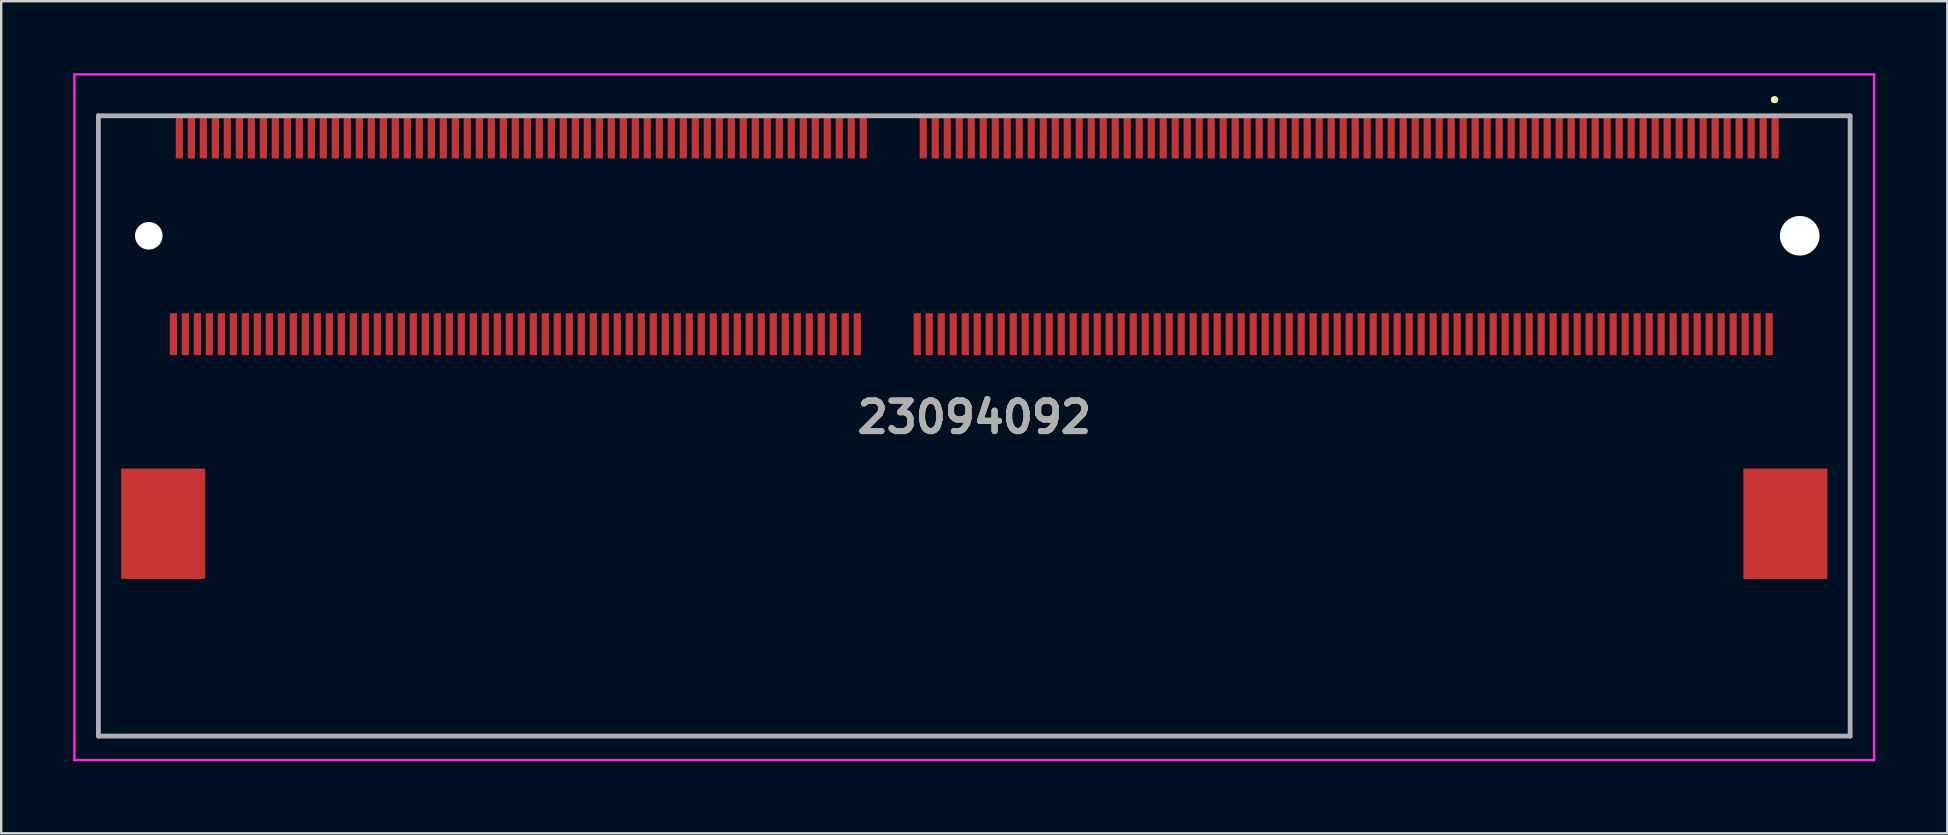
<source format=kicad_pcb>
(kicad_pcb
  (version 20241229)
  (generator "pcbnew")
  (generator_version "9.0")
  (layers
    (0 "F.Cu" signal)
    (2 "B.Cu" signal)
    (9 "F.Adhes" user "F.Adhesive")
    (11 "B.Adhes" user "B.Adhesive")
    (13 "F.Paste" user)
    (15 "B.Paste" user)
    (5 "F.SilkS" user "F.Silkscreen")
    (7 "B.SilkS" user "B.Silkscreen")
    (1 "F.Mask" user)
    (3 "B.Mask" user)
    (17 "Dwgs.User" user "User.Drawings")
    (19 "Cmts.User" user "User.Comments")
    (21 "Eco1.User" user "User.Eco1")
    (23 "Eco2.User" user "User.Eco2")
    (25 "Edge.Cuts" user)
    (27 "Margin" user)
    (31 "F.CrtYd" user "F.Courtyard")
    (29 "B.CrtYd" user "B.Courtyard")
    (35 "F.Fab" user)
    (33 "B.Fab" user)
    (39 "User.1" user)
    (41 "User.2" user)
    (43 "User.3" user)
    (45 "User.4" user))
  (footprint "23094092"
    (layer "F.Cu")
    (at 37.55 14.7)
    (property "Reference" "23094092" (at 0 -0.362 0) (layer "F.SilkS") (effects (font (size 1.27 1.27) (thickness 0.254))))
    (attr through_hole)
    (fp_line (start -36.5 -12.925) (end -36.5 -12.925) (stroke (width 0.1) (type solid)) (layer "F.SilkS"))
    (fp_line (start -36.5 -12.925) (end -36.5 12.925) (stroke (width 0.1) (type solid)) (layer "F.SilkS"))
    (fp_line (start -36.5 12.925) (end -36.5 -12.925) (stroke (width 0.1) (type solid)) (layer "F.SilkS"))
    (fp_line (start -36.5 12.925) (end -36.5 12.925) (stroke (width 0.1) (type solid)) (layer "F.SilkS"))
    (fp_line (start -36.5 12.925) (end -36.5 12.925) (stroke (width 0.1) (type solid)) (layer "F.SilkS"))
    (fp_line (start -36.5 12.925) (end 36.5 12.925) (stroke (width 0.1) (type solid)) (layer "F.SilkS"))
    (fp_line (start 33.3 -13.6) (end 33.3 -13.6) (stroke (width 0.2) (type solid)) (layer "F.SilkS"))
    (fp_line (start 33.3 -13.6) (end 33.3 -13.6) (stroke (width 0.2) (type solid)) (layer "F.SilkS"))
    (fp_line (start 33.4 -13.6) (end 33.4 -13.6) (stroke (width 0.2) (type solid)) (layer "F.SilkS"))
    (fp_line (start 34.75 -12.925) (end 34.75 -12.925) (stroke (width 0.1) (type solid)) (layer "F.SilkS"))
    (fp_line (start 34.75 -12.925) (end 36.5 -12.925) (stroke (width 0.1) (type solid)) (layer "F.SilkS"))
    (fp_line (start 36.5 -12.925) (end 34.75 -12.925) (stroke (width 0.1) (type solid)) (layer "F.SilkS"))
    (fp_line (start 36.5 -12.925) (end 36.5 -12.925) (stroke (width 0.1) (type solid)) (layer "F.SilkS"))
    (fp_line (start 36.5 -12.925) (end 36.5 -12.925) (stroke (width 0.1) (type solid)) (layer "F.SilkS"))
    (fp_line (start 36.5 -12.925) (end 36.5 12.925) (stroke (width 0.1) (type solid)) (layer "F.SilkS"))
    (fp_line (start 36.5 12.925) (end -36.5 12.925) (stroke (width 0.1) (type solid)) (layer "F.SilkS"))
    (fp_line (start 36.5 12.925) (end 36.5 -12.925) (stroke (width 0.1) (type solid)) (layer "F.SilkS"))
    (fp_line (start 36.5 12.925) (end 36.5 12.925) (stroke (width 0.1) (type solid)) (layer "F.SilkS"))
    (fp_line (start 36.5 12.925) (end 36.5 12.925) (stroke (width 0.1) (type solid)) (layer "F.SilkS"))
    (fp_arc (start 33.3 -13.6) (mid 33.35 -13.65) (end 33.4 -13.6) (stroke (width 0.2) (type solid)) (layer "F.SilkS"))
    (fp_arc (start 33.4 -13.6) (mid 33.35 -13.55) (end 33.3 -13.6) (stroke (width 0.2) (type solid)) (layer "F.SilkS"))
    (fp_arc (start 33.4 -13.6) (mid 33.35 -13.55) (end 33.3 -13.6) (stroke (width 0.2) (type solid)) (layer "F.SilkS"))
    (fp_line (start -37.5 -14.65) (end 37.5 -14.65) (stroke (width 0.1) (type solid)) (layer "F.CrtYd"))
    (fp_line (start -37.5 13.925) (end -37.5 -14.65) (stroke (width 0.1) (type solid)) (layer "F.CrtYd"))
    (fp_line (start 37.5 -14.65) (end 37.5 13.925) (stroke (width 0.1) (type solid)) (layer "F.CrtYd"))
    (fp_line (start 37.5 13.925) (end -37.5 13.925) (stroke (width 0.1) (type solid)) (layer "F.CrtYd"))
    (fp_line (start -36.5 -12.925) (end -36.5 12.925) (stroke (width 0.2) (type solid)) (layer "F.Fab"))
    (fp_line (start -36.5 12.925) (end 36.5 12.925) (stroke (width 0.2) (type solid)) (layer "F.Fab"))
    (fp_line (start 36.5 -12.925) (end -36.5 -12.925) (stroke (width 0.2) (type solid)) (layer "F.Fab"))
    (fp_line (start 36.5 12.925) (end 36.5 -12.925) (stroke (width 0.2) (type solid)) (layer "F.Fab"))
    (fp_text user "${REFERENCE}" (at 0 -0.362 0) (layer "F.Fab") (effects (font (size 1.27 1.27) (thickness 0.254))))
    (pad "" np_thru_hole circle (at -34.4 -7.925) (size 1.15 1.15) (drill 1.15) (layers "*.Cu" "*.Mask"))
    (pad "" np_thru_hole circle (at 34.4 -7.925) (size 1.65 1.65) (drill 1.65) (layers "*.Cu" "*.Mask"))
    (pad "1" smd rect (at 33.375 -12.025) (size 0.3 1.75) (layers "F.Cu" "F.Mask" "F.Paste"))
    (pad "2" smd rect (at 33.125 -3.825) (size 0.3 1.75) (layers "F.Cu" "F.Mask" "F.Paste"))
    (pad "3" smd rect (at 32.875 -12.025) (size 0.3 1.75) (layers "F.Cu" "F.Mask" "F.Paste"))
    (pad "4" smd rect (at 32.625 -3.825) (size 0.3 1.75) (layers "F.Cu" "F.Mask" "F.Paste"))
    (pad "5" smd rect (at 32.375 -12.025) (size 0.3 1.75) (layers "F.Cu" "F.Mask" "F.Paste"))
    (pad "6" smd rect (at 32.125 -3.825) (size 0.3 1.75) (layers "F.Cu" "F.Mask" "F.Paste"))
    (pad "7" smd rect (at 31.875 -12.025) (size 0.3 1.75) (layers "F.Cu" "F.Mask" "F.Paste"))
    (pad "8" smd rect (at 31.625 -3.825) (size 0.3 1.75) (layers "F.Cu" "F.Mask" "F.Paste"))
    (pad "9" smd rect (at 31.375 -12.025) (size 0.3 1.75) (layers "F.Cu" "F.Mask" "F.Paste"))
    (pad "10" smd rect (at 31.125 -3.825) (size 0.3 1.75) (layers "F.Cu" "F.Mask" "F.Paste"))
    (pad "11" smd rect (at 30.875 -12.025) (size 0.3 1.75) (layers "F.Cu" "F.Mask" "F.Paste"))
    (pad "12" smd rect (at 30.625 -3.825) (size 0.3 1.75) (layers "F.Cu" "F.Mask" "F.Paste"))
    (pad "13" smd rect (at 30.375 -12.025) (size 0.3 1.75) (layers "F.Cu" "F.Mask" "F.Paste"))
    (pad "14" smd rect (at 30.125 -3.825) (size 0.3 1.75) (layers "F.Cu" "F.Mask" "F.Paste"))
    (pad "15" smd rect (at 29.875 -12.025) (size 0.3 1.75) (layers "F.Cu" "F.Mask" "F.Paste"))
    (pad "16" smd rect (at 29.625 -3.825) (size 0.3 1.75) (layers "F.Cu" "F.Mask" "F.Paste"))
    (pad "17" smd rect (at 29.375 -12.025) (size 0.3 1.75) (layers "F.Cu" "F.Mask" "F.Paste"))
    (pad "18" smd rect (at 29.125 -3.825) (size 0.3 1.75) (layers "F.Cu" "F.Mask" "F.Paste"))
    (pad "19" smd rect (at 28.875 -12.025) (size 0.3 1.75) (layers "F.Cu" "F.Mask" "F.Paste"))
    (pad "20" smd rect (at 28.625 -3.825) (size 0.3 1.75) (layers "F.Cu" "F.Mask" "F.Paste"))
    (pad "21" smd rect (at 28.375 -12.025) (size 0.3 1.75) (layers "F.Cu" "F.Mask" "F.Paste"))
    (pad "22" smd rect (at 28.125 -3.825) (size 0.3 1.75) (layers "F.Cu" "F.Mask" "F.Paste"))
    (pad "23" smd rect (at 27.875 -12.025) (size 0.3 1.75) (layers "F.Cu" "F.Mask" "F.Paste"))
    (pad "24" smd rect (at 27.625 -3.825) (size 0.3 1.75) (layers "F.Cu" "F.Mask" "F.Paste"))
    (pad "25" smd rect (at 27.375 -12.025) (size 0.3 1.75) (layers "F.Cu" "F.Mask" "F.Paste"))
    (pad "26" smd rect (at 27.125 -3.825) (size 0.3 1.75) (layers "F.Cu" "F.Mask" "F.Paste"))
    (pad "27" smd rect (at 26.875 -12.025) (size 0.3 1.75) (layers "F.Cu" "F.Mask" "F.Paste"))
    (pad "28" smd rect (at 26.625 -3.825) (size 0.3 1.75) (layers "F.Cu" "F.Mask" "F.Paste"))
    (pad "29" smd rect (at 26.375 -12.025) (size 0.3 1.75) (layers "F.Cu" "F.Mask" "F.Paste"))
    (pad "30" smd rect (at 26.125 -3.825) (size 0.3 1.75) (layers "F.Cu" "F.Mask" "F.Paste"))
    (pad "31" smd rect (at 25.875 -12.025) (size 0.3 1.75) (layers "F.Cu" "F.Mask" "F.Paste"))
    (pad "32" smd rect (at 25.625 -3.825) (size 0.3 1.75) (layers "F.Cu" "F.Mask" "F.Paste"))
    (pad "33" smd rect (at 25.375 -12.025) (size 0.3 1.75) (layers "F.Cu" "F.Mask" "F.Paste"))
    (pad "34" smd rect (at 25.125 -3.825) (size 0.3 1.75) (layers "F.Cu" "F.Mask" "F.Paste"))
    (pad "35" smd rect (at 24.875 -12.025) (size 0.3 1.75) (layers "F.Cu" "F.Mask" "F.Paste"))
    (pad "36" smd rect (at 24.625 -3.825) (size 0.3 1.75) (layers "F.Cu" "F.Mask" "F.Paste"))
    (pad "37" smd rect (at 24.375 -12.025) (size 0.3 1.75) (layers "F.Cu" "F.Mask" "F.Paste"))
    (pad "38" smd rect (at 24.125 -3.825) (size 0.3 1.75) (layers "F.Cu" "F.Mask" "F.Paste"))
    (pad "39" smd rect (at 23.875 -12.025) (size 0.3 1.75) (layers "F.Cu" "F.Mask" "F.Paste"))
    (pad "40" smd rect (at 23.625 -3.825) (size 0.3 1.75) (layers "F.Cu" "F.Mask" "F.Paste"))
    (pad "41" smd rect (at 23.375 -12.025) (size 0.3 1.75) (layers "F.Cu" "F.Mask" "F.Paste"))
    (pad "42" smd rect (at 23.125 -3.825) (size 0.3 1.75) (layers "F.Cu" "F.Mask" "F.Paste"))
    (pad "43" smd rect (at 22.875 -12.025) (size 0.3 1.75) (layers "F.Cu" "F.Mask" "F.Paste"))
    (pad "44" smd rect (at 22.625 -3.825) (size 0.3 1.75) (layers "F.Cu" "F.Mask" "F.Paste"))
    (pad "45" smd rect (at 22.375 -12.025) (size 0.3 1.75) (layers "F.Cu" "F.Mask" "F.Paste"))
    (pad "46" smd rect (at 22.125 -3.825) (size 0.3 1.75) (layers "F.Cu" "F.Mask" "F.Paste"))
    (pad "47" smd rect (at 21.875 -12.025) (size 0.3 1.75) (layers "F.Cu" "F.Mask" "F.Paste"))
    (pad "48" smd rect (at 21.625 -3.825) (size 0.3 1.75) (layers "F.Cu" "F.Mask" "F.Paste"))
    (pad "49" smd rect (at 21.375 -12.025) (size 0.3 1.75) (layers "F.Cu" "F.Mask" "F.Paste"))
    (pad "50" smd rect (at 21.125 -3.825) (size 0.3 1.75) (layers "F.Cu" "F.Mask" "F.Paste"))
    (pad "51" smd rect (at 20.875 -12.025) (size 0.3 1.75) (layers "F.Cu" "F.Mask" "F.Paste"))
    (pad "52" smd rect (at 20.625 -3.825) (size 0.3 1.75) (layers "F.Cu" "F.Mask" "F.Paste"))
    (pad "53" smd rect (at 20.375 -12.025) (size 0.3 1.75) (layers "F.Cu" "F.Mask" "F.Paste"))
    (pad "54" smd rect (at 20.125 -3.825) (size 0.3 1.75) (layers "F.Cu" "F.Mask" "F.Paste"))
    (pad "55" smd rect (at 19.875 -12.025) (size 0.3 1.75) (layers "F.Cu" "F.Mask" "F.Paste"))
    (pad "56" smd rect (at 19.625 -3.825) (size 0.3 1.75) (layers "F.Cu" "F.Mask" "F.Paste"))
    (pad "57" smd rect (at 19.375 -12.025) (size 0.3 1.75) (layers "F.Cu" "F.Mask" "F.Paste"))
    (pad "58" smd rect (at 19.125 -3.825) (size 0.3 1.75) (layers "F.Cu" "F.Mask" "F.Paste"))
    (pad "59" smd rect (at 18.875 -12.025) (size 0.3 1.75) (layers "F.Cu" "F.Mask" "F.Paste"))
    (pad "60" smd rect (at 18.625 -3.825) (size 0.3 1.75) (layers "F.Cu" "F.Mask" "F.Paste"))
    (pad "61" smd rect (at 18.375 -12.025) (size 0.3 1.75) (layers "F.Cu" "F.Mask" "F.Paste"))
    (pad "62" smd rect (at 18.125 -3.825) (size 0.3 1.75) (layers "F.Cu" "F.Mask" "F.Paste"))
    (pad "63" smd rect (at 17.875 -12.025) (size 0.3 1.75) (layers "F.Cu" "F.Mask" "F.Paste"))
    (pad "64" smd rect (at 17.625 -3.825) (size 0.3 1.75) (layers "F.Cu" "F.Mask" "F.Paste"))
    (pad "65" smd rect (at 17.375 -12.025) (size 0.3 1.75) (layers "F.Cu" "F.Mask" "F.Paste"))
    (pad "66" smd rect (at 17.125 -3.825) (size 0.3 1.75) (layers "F.Cu" "F.Mask" "F.Paste"))
    (pad "67" smd rect (at 16.875 -12.025) (size 0.3 1.75) (layers "F.Cu" "F.Mask" "F.Paste"))
    (pad "68" smd rect (at 16.625 -3.825) (size 0.3 1.75) (layers "F.Cu" "F.Mask" "F.Paste"))
    (pad "69" smd rect (at 16.375 -12.025) (size 0.3 1.75) (layers "F.Cu" "F.Mask" "F.Paste"))
    (pad "70" smd rect (at 16.125 -3.825) (size 0.3 1.75) (layers "F.Cu" "F.Mask" "F.Paste"))
    (pad "71" smd rect (at 15.875 -12.025) (size 0.3 1.75) (layers "F.Cu" "F.Mask" "F.Paste"))
    (pad "72" smd rect (at 15.625 -3.825) (size 0.3 1.75) (layers "F.Cu" "F.Mask" "F.Paste"))
    (pad "73" smd rect (at 15.375 -12.025) (size 0.3 1.75) (layers "F.Cu" "F.Mask" "F.Paste"))
    (pad "74" smd rect (at 15.125 -3.825) (size 0.3 1.75) (layers "F.Cu" "F.Mask" "F.Paste"))
    (pad "75" smd rect (at 14.875 -12.025) (size 0.3 1.75) (layers "F.Cu" "F.Mask" "F.Paste"))
    (pad "76" smd rect (at 14.625 -3.825) (size 0.3 1.75) (layers "F.Cu" "F.Mask" "F.Paste"))
    (pad "77" smd rect (at 14.375 -12.025) (size 0.3 1.75) (layers "F.Cu" "F.Mask" "F.Paste"))
    (pad "78" smd rect (at 14.125 -3.825) (size 0.3 1.75) (layers "F.Cu" "F.Mask" "F.Paste"))
    (pad "79" smd rect (at 13.875 -12.025) (size 0.3 1.75) (layers "F.Cu" "F.Mask" "F.Paste"))
    (pad "80" smd rect (at 13.625 -3.825) (size 0.3 1.75) (layers "F.Cu" "F.Mask" "F.Paste"))
    (pad "81" smd rect (at 13.375 -12.025) (size 0.3 1.75) (layers "F.Cu" "F.Mask" "F.Paste"))
    (pad "82" smd rect (at 13.125 -3.825) (size 0.3 1.75) (layers "F.Cu" "F.Mask" "F.Paste"))
    (pad "83" smd rect (at 12.875 -12.025) (size 0.3 1.75) (layers "F.Cu" "F.Mask" "F.Paste"))
    (pad "84" smd rect (at 12.625 -3.825) (size 0.3 1.75) (layers "F.Cu" "F.Mask" "F.Paste"))
    (pad "85" smd rect (at 12.375 -12.025) (size 0.3 1.75) (layers "F.Cu" "F.Mask" "F.Paste"))
    (pad "86" smd rect (at 12.125 -3.825) (size 0.3 1.75) (layers "F.Cu" "F.Mask" "F.Paste"))
    (pad "87" smd rect (at 11.875 -12.025) (size 0.3 1.75) (layers "F.Cu" "F.Mask" "F.Paste"))
    (pad "88" smd rect (at 11.625 -3.825) (size 0.3 1.75) (layers "F.Cu" "F.Mask" "F.Paste"))
    (pad "89" smd rect (at 11.375 -12.025) (size 0.3 1.75) (layers "F.Cu" "F.Mask" "F.Paste"))
    (pad "90" smd rect (at 11.125 -3.825) (size 0.3 1.75) (layers "F.Cu" "F.Mask" "F.Paste"))
    (pad "91" smd rect (at 10.875 -12.025) (size 0.3 1.75) (layers "F.Cu" "F.Mask" "F.Paste"))
    (pad "92" smd rect (at 10.625 -3.825) (size 0.3 1.75) (layers "F.Cu" "F.Mask" "F.Paste"))
    (pad "93" smd rect (at 10.375 -12.025) (size 0.3 1.75) (layers "F.Cu" "F.Mask" "F.Paste"))
    (pad "94" smd rect (at 10.125 -3.825) (size 0.3 1.75) (layers "F.Cu" "F.Mask" "F.Paste"))
    (pad "95" smd rect (at 9.875 -12.025) (size 0.3 1.75) (layers "F.Cu" "F.Mask" "F.Paste"))
    (pad "96" smd rect (at 9.625 -3.825) (size 0.3 1.75) (layers "F.Cu" "F.Mask" "F.Paste"))
    (pad "97" smd rect (at 9.375 -12.025) (size 0.3 1.75) (layers "F.Cu" "F.Mask" "F.Paste"))
    (pad "98" smd rect (at 9.125 -3.825) (size 0.3 1.75) (layers "F.Cu" "F.Mask" "F.Paste"))
    (pad "99" smd rect (at 8.875 -12.025) (size 0.3 1.75) (layers "F.Cu" "F.Mask" "F.Paste"))
    (pad "100" smd rect (at 8.625 -3.825) (size 0.3 1.75) (layers "F.Cu" "F.Mask" "F.Paste"))
    (pad "101" smd rect (at 8.375 -12.025) (size 0.3 1.75) (layers "F.Cu" "F.Mask" "F.Paste"))
    (pad "102" smd rect (at 8.125 -3.825) (size 0.3 1.75) (layers "F.Cu" "F.Mask" "F.Paste"))
    (pad "103" smd rect (at 7.875 -12.025) (size 0.3 1.75) (layers "F.Cu" "F.Mask" "F.Paste"))
    (pad "104" smd rect (at 7.625 -3.825) (size 0.3 1.75) (layers "F.Cu" "F.Mask" "F.Paste"))
    (pad "105" smd rect (at 7.375 -12.025) (size 0.3 1.75) (layers "F.Cu" "F.Mask" "F.Paste"))
    (pad "106" smd rect (at 7.125 -3.825) (size 0.3 1.75) (layers "F.Cu" "F.Mask" "F.Paste"))
    (pad "107" smd rect (at 6.875 -12.025) (size 0.3 1.75) (layers "F.Cu" "F.Mask" "F.Paste"))
    (pad "108" smd rect (at 6.625 -3.825) (size 0.3 1.75) (layers "F.Cu" "F.Mask" "F.Paste"))
    (pad "109" smd rect (at 6.375 -12.025) (size 0.3 1.75) (layers "F.Cu" "F.Mask" "F.Paste"))
    (pad "110" smd rect (at 6.125 -3.825) (size 0.3 1.75) (layers "F.Cu" "F.Mask" "F.Paste"))
    (pad "111" smd rect (at 5.875 -12.025) (size 0.3 1.75) (layers "F.Cu" "F.Mask" "F.Paste"))
    (pad "112" smd rect (at 5.625 -3.825) (size 0.3 1.75) (layers "F.Cu" "F.Mask" "F.Paste"))
    (pad "113" smd rect (at 5.375 -12.025) (size 0.3 1.75) (layers "F.Cu" "F.Mask" "F.Paste"))
    (pad "114" smd rect (at 5.125 -3.825) (size 0.3 1.75) (layers "F.Cu" "F.Mask" "F.Paste"))
    (pad "115" smd rect (at 4.875 -12.025) (size 0.3 1.75) (layers "F.Cu" "F.Mask" "F.Paste"))
    (pad "116" smd rect (at 4.625 -3.825) (size 0.3 1.75) (layers "F.Cu" "F.Mask" "F.Paste"))
    (pad "117" smd rect (at 4.375 -12.025) (size 0.3 1.75) (layers "F.Cu" "F.Mask" "F.Paste"))
    (pad "118" smd rect (at 4.125 -3.825) (size 0.3 1.75) (layers "F.Cu" "F.Mask" "F.Paste"))
    (pad "119" smd rect (at 3.875 -12.025) (size 0.3 1.75) (layers "F.Cu" "F.Mask" "F.Paste"))
    (pad "120" smd rect (at 3.625 -3.825) (size 0.3 1.75) (layers "F.Cu" "F.Mask" "F.Paste"))
    (pad "121" smd rect (at 3.375 -12.025) (size 0.3 1.75) (layers "F.Cu" "F.Mask" "F.Paste"))
    (pad "122" smd rect (at 3.125 -3.825) (size 0.3 1.75) (layers "F.Cu" "F.Mask" "F.Paste"))
    (pad "123" smd rect (at 2.875 -12.025) (size 0.3 1.75) (layers "F.Cu" "F.Mask" "F.Paste"))
    (pad "124" smd rect (at 2.625 -3.825) (size 0.3 1.75) (layers "F.Cu" "F.Mask" "F.Paste"))
    (pad "125" smd rect (at 2.375 -12.025) (size 0.3 1.75) (layers "F.Cu" "F.Mask" "F.Paste"))
    (pad "126" smd rect (at 2.125 -3.825) (size 0.3 1.75) (layers "F.Cu" "F.Mask" "F.Paste"))
    (pad "127" smd rect (at 1.875 -12.025) (size 0.3 1.75) (layers "F.Cu" "F.Mask" "F.Paste"))
    (pad "128" smd rect (at 1.625 -3.825) (size 0.3 1.75) (layers "F.Cu" "F.Mask" "F.Paste"))
    (pad "129" smd rect (at 1.375 -12.025) (size 0.3 1.75) (layers "F.Cu" "F.Mask" "F.Paste"))
    (pad "130" smd rect (at 1.125 -3.825) (size 0.3 1.75) (layers "F.Cu" "F.Mask" "F.Paste"))
    (pad "131" smd rect (at 0.875 -12.025) (size 0.3 1.75) (layers "F.Cu" "F.Mask" "F.Paste"))
    (pad "132" smd rect (at 0.625 -3.825) (size 0.3 1.75) (layers "F.Cu" "F.Mask" "F.Paste"))
    (pad "133" smd rect (at 0.375 -12.025) (size 0.3 1.75) (layers "F.Cu" "F.Mask" "F.Paste"))
    (pad "134" smd rect (at 0.125 -3.825) (size 0.3 1.75) (layers "F.Cu" "F.Mask" "F.Paste"))
    (pad "135" smd rect (at -0.125 -12.025) (size 0.3 1.75) (layers "F.Cu" "F.Mask" "F.Paste"))
    (pad "136" smd rect (at -0.375 -3.825) (size 0.3 1.75) (layers "F.Cu" "F.Mask" "F.Paste"))
    (pad "137" smd rect (at -0.625 -12.025) (size 0.3 1.75) (layers "F.Cu" "F.Mask" "F.Paste"))
    (pad "138" smd rect (at -0.875 -3.825) (size 0.3 1.75) (layers "F.Cu" "F.Mask" "F.Paste"))
    (pad "139" smd rect (at -1.125 -12.025) (size 0.3 1.75) (layers "F.Cu" "F.Mask" "F.Paste"))
    (pad "140" smd rect (at -1.375 -3.825) (size 0.3 1.75) (layers "F.Cu" "F.Mask" "F.Paste"))
    (pad "141" smd rect (at -1.625 -12.025) (size 0.3 1.75) (layers "F.Cu" "F.Mask" "F.Paste"))
    (pad "142" smd rect (at -1.875 -3.825) (size 0.3 1.75) (layers "F.Cu" "F.Mask" "F.Paste"))
    (pad "143" smd rect (at -2.125 -12.025) (size 0.3 1.75) (layers "F.Cu" "F.Mask" "F.Paste"))
    (pad "144" smd rect (at -2.375 -3.825) (size 0.3 1.75) (layers "F.Cu" "F.Mask" "F.Paste"))
    (pad "145" smd rect (at -4.625 -12.025) (size 0.3 1.75) (layers "F.Cu" "F.Mask" "F.Paste"))
    (pad "146" smd rect (at -4.875 -3.825) (size 0.3 1.75) (layers "F.Cu" "F.Mask" "F.Paste"))
    (pad "147" smd rect (at -5.125 -12.025) (size 0.3 1.75) (layers "F.Cu" "F.Mask" "F.Paste"))
    (pad "148" smd rect (at -5.375 -3.825) (size 0.3 1.75) (layers "F.Cu" "F.Mask" "F.Paste"))
    (pad "149" smd rect (at -5.625 -12.025) (size 0.3 1.75) (layers "F.Cu" "F.Mask" "F.Paste"))
    (pad "150" smd rect (at -5.875 -3.825) (size 0.3 1.75) (layers "F.Cu" "F.Mask" "F.Paste"))
    (pad "151" smd rect (at -6.125 -12.025) (size 0.3 1.75) (layers "F.Cu" "F.Mask" "F.Paste"))
    (pad "152" smd rect (at -6.375 -3.825) (size 0.3 1.75) (layers "F.Cu" "F.Mask" "F.Paste"))
    (pad "153" smd rect (at -6.625 -12.025) (size 0.3 1.75) (layers "F.Cu" "F.Mask" "F.Paste"))
    (pad "154" smd rect (at -6.875 -3.825) (size 0.3 1.75) (layers "F.Cu" "F.Mask" "F.Paste"))
    (pad "155" smd rect (at -7.125 -12.025) (size 0.3 1.75) (layers "F.Cu" "F.Mask" "F.Paste"))
    (pad "156" smd rect (at -7.375 -3.825) (size 0.3 1.75) (layers "F.Cu" "F.Mask" "F.Paste"))
    (pad "157" smd rect (at -7.625 -12.025) (size 0.3 1.75) (layers "F.Cu" "F.Mask" "F.Paste"))
    (pad "158" smd rect (at -7.875 -3.825) (size 0.3 1.75) (layers "F.Cu" "F.Mask" "F.Paste"))
    (pad "159" smd rect (at -8.125 -12.025) (size 0.3 1.75) (layers "F.Cu" "F.Mask" "F.Paste"))
    (pad "160" smd rect (at -8.375 -3.825) (size 0.3 1.75) (layers "F.Cu" "F.Mask" "F.Paste"))
    (pad "161" smd rect (at -8.625 -12.025) (size 0.3 1.75) (layers "F.Cu" "F.Mask" "F.Paste"))
    (pad "162" smd rect (at -8.875 -3.825) (size 0.3 1.75) (layers "F.Cu" "F.Mask" "F.Paste"))
    (pad "163" smd rect (at -9.125 -12.025) (size 0.3 1.75) (layers "F.Cu" "F.Mask" "F.Paste"))
    (pad "164" smd rect (at -9.375 -3.825) (size 0.3 1.75) (layers "F.Cu" "F.Mask" "F.Paste"))
    (pad "165" smd rect (at -9.625 -12.025) (size 0.3 1.75) (layers "F.Cu" "F.Mask" "F.Paste"))
    (pad "166" smd rect (at -9.875 -3.825) (size 0.3 1.75) (layers "F.Cu" "F.Mask" "F.Paste"))
    (pad "167" smd rect (at -10.125 -12.025) (size 0.3 1.75) (layers "F.Cu" "F.Mask" "F.Paste"))
    (pad "168" smd rect (at -10.375 -3.825) (size 0.3 1.75) (layers "F.Cu" "F.Mask" "F.Paste"))
    (pad "169" smd rect (at -10.625 -12.025) (size 0.3 1.75) (layers "F.Cu" "F.Mask" "F.Paste"))
    (pad "170" smd rect (at -10.875 -3.825) (size 0.3 1.75) (layers "F.Cu" "F.Mask" "F.Paste"))
    (pad "171" smd rect (at -11.125 -12.025) (size 0.3 1.75) (layers "F.Cu" "F.Mask" "F.Paste"))
    (pad "172" smd rect (at -11.375 -3.825) (size 0.3 1.75) (layers "F.Cu" "F.Mask" "F.Paste"))
    (pad "173" smd rect (at -11.625 -12.025) (size 0.3 1.75) (layers "F.Cu" "F.Mask" "F.Paste"))
    (pad "174" smd rect (at -11.875 -3.825) (size 0.3 1.75) (layers "F.Cu" "F.Mask" "F.Paste"))
    (pad "175" smd rect (at -12.125 -12.025) (size 0.3 1.75) (layers "F.Cu" "F.Mask" "F.Paste"))
    (pad "176" smd rect (at -12.375 -3.825) (size 0.3 1.75) (layers "F.Cu" "F.Mask" "F.Paste"))
    (pad "177" smd rect (at -12.625 -12.025) (size 0.3 1.75) (layers "F.Cu" "F.Mask" "F.Paste"))
    (pad "178" smd rect (at -12.875 -3.825) (size 0.3 1.75) (layers "F.Cu" "F.Mask" "F.Paste"))
    (pad "179" smd rect (at -13.125 -12.025) (size 0.3 1.75) (layers "F.Cu" "F.Mask" "F.Paste"))
    (pad "180" smd rect (at -13.375 -3.825) (size 0.3 1.75) (layers "F.Cu" "F.Mask" "F.Paste"))
    (pad "181" smd rect (at -13.625 -12.025) (size 0.3 1.75) (layers "F.Cu" "F.Mask" "F.Paste"))
    (pad "182" smd rect (at -13.875 -3.825) (size 0.3 1.75) (layers "F.Cu" "F.Mask" "F.Paste"))
    (pad "183" smd rect (at -14.125 -12.025) (size 0.3 1.75) (layers "F.Cu" "F.Mask" "F.Paste"))
    (pad "184" smd rect (at -14.375 -3.825) (size 0.3 1.75) (layers "F.Cu" "F.Mask" "F.Paste"))
    (pad "185" smd rect (at -14.625 -12.025) (size 0.3 1.75) (layers "F.Cu" "F.Mask" "F.Paste"))
    (pad "186" smd rect (at -14.875 -3.825) (size 0.3 1.75) (layers "F.Cu" "F.Mask" "F.Paste"))
    (pad "187" smd rect (at -15.125 -12.025) (size 0.3 1.75) (layers "F.Cu" "F.Mask" "F.Paste"))
    (pad "188" smd rect (at -15.375 -3.825) (size 0.3 1.75) (layers "F.Cu" "F.Mask" "F.Paste"))
    (pad "189" smd rect (at -15.625 -12.025) (size 0.3 1.75) (layers "F.Cu" "F.Mask" "F.Paste"))
    (pad "190" smd rect (at -15.875 -3.825) (size 0.3 1.75) (layers "F.Cu" "F.Mask" "F.Paste"))
    (pad "191" smd rect (at -16.125 -12.025) (size 0.3 1.75) (layers "F.Cu" "F.Mask" "F.Paste"))
    (pad "192" smd rect (at -16.375 -3.825) (size 0.3 1.75) (layers "F.Cu" "F.Mask" "F.Paste"))
    (pad "193" smd rect (at -16.625 -12.025) (size 0.3 1.75) (layers "F.Cu" "F.Mask" "F.Paste"))
    (pad "194" smd rect (at -16.875 -3.825) (size 0.3 1.75) (layers "F.Cu" "F.Mask" "F.Paste"))
    (pad "195" smd rect (at -17.125 -12.025) (size 0.3 1.75) (layers "F.Cu" "F.Mask" "F.Paste"))
    (pad "196" smd rect (at -17.375 -3.825) (size 0.3 1.75) (layers "F.Cu" "F.Mask" "F.Paste"))
    (pad "197" smd rect (at -17.625 -12.025) (size 0.3 1.75) (layers "F.Cu" "F.Mask" "F.Paste"))
    (pad "198" smd rect (at -17.875 -3.825) (size 0.3 1.75) (layers "F.Cu" "F.Mask" "F.Paste"))
    (pad "199" smd rect (at -18.125 -12.025) (size 0.3 1.75) (layers "F.Cu" "F.Mask" "F.Paste"))
    (pad "200" smd rect (at -18.375 -3.825) (size 0.3 1.75) (layers "F.Cu" "F.Mask" "F.Paste"))
    (pad "201" smd rect (at -18.625 -12.025) (size 0.3 1.75) (layers "F.Cu" "F.Mask" "F.Paste"))
    (pad "202" smd rect (at -18.875 -3.825) (size 0.3 1.75) (layers "F.Cu" "F.Mask" "F.Paste"))
    (pad "203" smd rect (at -19.125 -12.025) (size 0.3 1.75) (layers "F.Cu" "F.Mask" "F.Paste"))
    (pad "204" smd rect (at -19.375 -3.825) (size 0.3 1.75) (layers "F.Cu" "F.Mask" "F.Paste"))
    (pad "205" smd rect (at -19.625 -12.025) (size 0.3 1.75) (layers "F.Cu" "F.Mask" "F.Paste"))
    (pad "206" smd rect (at -19.875 -3.825) (size 0.3 1.75) (layers "F.Cu" "F.Mask" "F.Paste"))
    (pad "207" smd rect (at -20.125 -12.025) (size 0.3 1.75) (layers "F.Cu" "F.Mask" "F.Paste"))
    (pad "208" smd rect (at -20.375 -3.825) (size 0.3 1.75) (layers "F.Cu" "F.Mask" "F.Paste"))
    (pad "209" smd rect (at -20.625 -12.025) (size 0.3 1.75) (layers "F.Cu" "F.Mask" "F.Paste"))
    (pad "210" smd rect (at -20.875 -3.825) (size 0.3 1.75) (layers "F.Cu" "F.Mask" "F.Paste"))
    (pad "211" smd rect (at -21.125 -12.025) (size 0.3 1.75) (layers "F.Cu" "F.Mask" "F.Paste"))
    (pad "212" smd rect (at -21.375 -3.825) (size 0.3 1.75) (layers "F.Cu" "F.Mask" "F.Paste"))
    (pad "213" smd rect (at -21.625 -12.025) (size 0.3 1.75) (layers "F.Cu" "F.Mask" "F.Paste"))
    (pad "214" smd rect (at -21.875 -3.825) (size 0.3 1.75) (layers "F.Cu" "F.Mask" "F.Paste"))
    (pad "215" smd rect (at -22.125 -12.025) (size 0.3 1.75) (layers "F.Cu" "F.Mask" "F.Paste"))
    (pad "216" smd rect (at -22.375 -3.825) (size 0.3 1.75) (layers "F.Cu" "F.Mask" "F.Paste"))
    (pad "217" smd rect (at -22.625 -12.025) (size 0.3 1.75) (layers "F.Cu" "F.Mask" "F.Paste"))
    (pad "218" smd rect (at -22.875 -3.825) (size 0.3 1.75) (layers "F.Cu" "F.Mask" "F.Paste"))
    (pad "219" smd rect (at -23.125 -12.025) (size 0.3 1.75) (layers "F.Cu" "F.Mask" "F.Paste"))
    (pad "220" smd rect (at -23.375 -3.825) (size 0.3 1.75) (layers "F.Cu" "F.Mask" "F.Paste"))
    (pad "221" smd rect (at -23.625 -12.025) (size 0.3 1.75) (layers "F.Cu" "F.Mask" "F.Paste"))
    (pad "222" smd rect (at -23.875 -3.825) (size 0.3 1.75) (layers "F.Cu" "F.Mask" "F.Paste"))
    (pad "223" smd rect (at -24.125 -12.025) (size 0.3 1.75) (layers "F.Cu" "F.Mask" "F.Paste"))
    (pad "224" smd rect (at -24.375 -3.825) (size 0.3 1.75) (layers "F.Cu" "F.Mask" "F.Paste"))
    (pad "225" smd rect (at -24.625 -12.025) (size 0.3 1.75) (layers "F.Cu" "F.Mask" "F.Paste"))
    (pad "226" smd rect (at -24.875 -3.825) (size 0.3 1.75) (layers "F.Cu" "F.Mask" "F.Paste"))
    (pad "227" smd rect (at -25.125 -12.025) (size 0.3 1.75) (layers "F.Cu" "F.Mask" "F.Paste"))
    (pad "228" smd rect (at -25.375 -3.825) (size 0.3 1.75) (layers "F.Cu" "F.Mask" "F.Paste"))
    (pad "229" smd rect (at -25.625 -12.025) (size 0.3 1.75) (layers "F.Cu" "F.Mask" "F.Paste"))
    (pad "230" smd rect (at -25.875 -3.825) (size 0.3 1.75) (layers "F.Cu" "F.Mask" "F.Paste"))
    (pad "231" smd rect (at -26.125 -12.025) (size 0.3 1.75) (layers "F.Cu" "F.Mask" "F.Paste"))
    (pad "232" smd rect (at -26.375 -3.825) (size 0.3 1.75) (layers "F.Cu" "F.Mask" "F.Paste"))
    (pad "233" smd rect (at -26.625 -12.025) (size 0.3 1.75) (layers "F.Cu" "F.Mask" "F.Paste"))
    (pad "234" smd rect (at -26.875 -3.825) (size 0.3 1.75) (layers "F.Cu" "F.Mask" "F.Paste"))
    (pad "235" smd rect (at -27.125 -12.025) (size 0.3 1.75) (layers "F.Cu" "F.Mask" "F.Paste"))
    (pad "236" smd rect (at -27.375 -3.825) (size 0.3 1.75) (layers "F.Cu" "F.Mask" "F.Paste"))
    (pad "237" smd rect (at -27.625 -12.025) (size 0.3 1.75) (layers "F.Cu" "F.Mask" "F.Paste"))
    (pad "238" smd rect (at -27.875 -3.825) (size 0.3 1.75) (layers "F.Cu" "F.Mask" "F.Paste"))
    (pad "239" smd rect (at -28.125 -12.025) (size 0.3 1.75) (layers "F.Cu" "F.Mask" "F.Paste"))
    (pad "240" smd rect (at -28.375 -3.825) (size 0.3 1.75) (layers "F.Cu" "F.Mask" "F.Paste"))
    (pad "241" smd rect (at -28.625 -12.025) (size 0.3 1.75) (layers "F.Cu" "F.Mask" "F.Paste"))
    (pad "242" smd rect (at -28.875 -3.825) (size 0.3 1.75) (layers "F.Cu" "F.Mask" "F.Paste"))
    (pad "243" smd rect (at -29.125 -12.025) (size 0.3 1.75) (layers "F.Cu" "F.Mask" "F.Paste"))
    (pad "244" smd rect (at -29.375 -3.825) (size 0.3 1.75) (layers "F.Cu" "F.Mask" "F.Paste"))
    (pad "245" smd rect (at -29.625 -12.025) (size 0.3 1.75) (layers "F.Cu" "F.Mask" "F.Paste"))
    (pad "246" smd rect (at -29.875 -3.825) (size 0.3 1.75) (layers "F.Cu" "F.Mask" "F.Paste"))
    (pad "247" smd rect (at -30.125 -12.025) (size 0.3 1.75) (layers "F.Cu" "F.Mask" "F.Paste"))
    (pad "248" smd rect (at -30.375 -3.825) (size 0.3 1.75) (layers "F.Cu" "F.Mask" "F.Paste"))
    (pad "249" smd rect (at -30.625 -12.025) (size 0.3 1.75) (layers "F.Cu" "F.Mask" "F.Paste"))
    (pad "250" smd rect (at -30.875 -3.825) (size 0.3 1.75) (layers "F.Cu" "F.Mask" "F.Paste"))
    (pad "251" smd rect (at -31.125 -12.025) (size 0.3 1.75) (layers "F.Cu" "F.Mask" "F.Paste"))
    (pad "252" smd rect (at -31.375 -3.825) (size 0.3 1.75) (layers "F.Cu" "F.Mask" "F.Paste"))
    (pad "253" smd rect (at -31.625 -12.025) (size 0.3 1.75) (layers "F.Cu" "F.Mask" "F.Paste"))
    (pad "254" smd rect (at -31.875 -3.825) (size 0.3 1.75) (layers "F.Cu" "F.Mask" "F.Paste"))
    (pad "255" smd rect (at -32.125 -12.025) (size 0.3 1.75) (layers "F.Cu" "F.Mask" "F.Paste"))
    (pad "256" smd rect (at -32.375 -3.825) (size 0.3 1.75) (layers "F.Cu" "F.Mask" "F.Paste"))
    (pad "257" smd rect (at -32.625 -12.025) (size 0.3 1.75) (layers "F.Cu" "F.Mask" "F.Paste"))
    (pad "258" smd rect (at -32.875 -3.825) (size 0.3 1.75) (layers "F.Cu" "F.Mask" "F.Paste"))
    (pad "259" smd rect (at -33.125 -12.025) (size 0.3 1.75) (layers "F.Cu" "F.Mask" "F.Paste"))
    (pad "260" smd rect (at -33.375 -3.825) (size 0.3 1.75) (layers "F.Cu" "F.Mask" "F.Paste"))
    (pad "MP1" smd rect (at 33.8 4.075) (size 3.5 4.6) (layers "F.Cu" "F.Mask" "F.Paste"))
    (pad "MP2" smd rect (at -33.8 4.075) (size 3.5 4.6) (layers "F.Cu" "F.Mask" "F.Paste")))
  (gr_rect
    (start -3 -3)
    (end 78.1 31.675)
    (stroke (width 0.1) (type default))
    (fill no)
    (layer "Edge.Cuts")))
</source>
